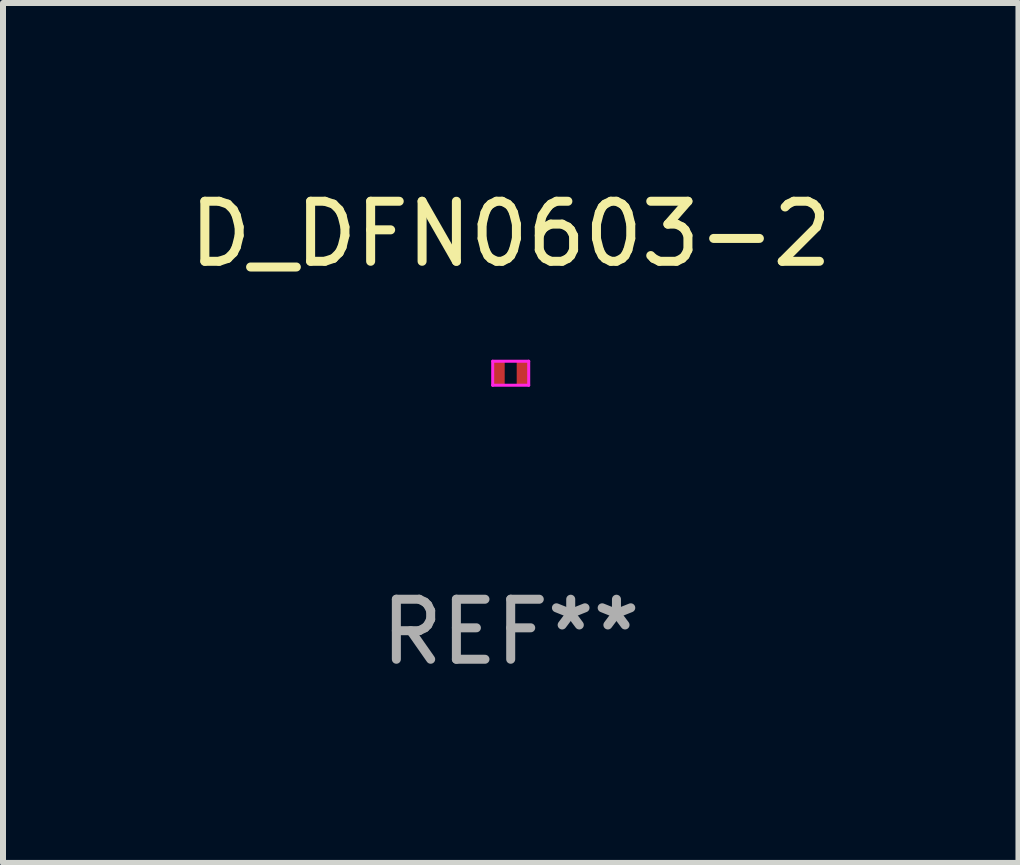
<source format=kicad_pcb>
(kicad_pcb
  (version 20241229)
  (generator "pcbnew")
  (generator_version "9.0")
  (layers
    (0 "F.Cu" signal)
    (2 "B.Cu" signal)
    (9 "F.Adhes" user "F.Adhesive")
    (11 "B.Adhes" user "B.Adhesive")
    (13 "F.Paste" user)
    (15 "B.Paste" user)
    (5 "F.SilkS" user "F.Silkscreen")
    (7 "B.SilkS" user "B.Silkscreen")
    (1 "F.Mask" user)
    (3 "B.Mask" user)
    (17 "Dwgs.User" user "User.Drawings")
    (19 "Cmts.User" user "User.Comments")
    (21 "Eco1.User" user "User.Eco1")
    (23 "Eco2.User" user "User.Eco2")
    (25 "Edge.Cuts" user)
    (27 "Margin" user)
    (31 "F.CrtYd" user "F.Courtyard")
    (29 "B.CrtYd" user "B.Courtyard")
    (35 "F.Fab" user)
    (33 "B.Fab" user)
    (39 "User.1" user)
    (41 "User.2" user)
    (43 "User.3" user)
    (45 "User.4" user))
  (footprint "D_DFN0603-2"
    (layer "F.Cu")
    (at 5.458 3.168)
    (property "Reference" "D_DFN0603-2" (at 0 -2.32 0) (layer "F.SilkS") (effects (font (size 1 1) (thickness 0.15))))
    (attr smd)
    (fp_line (start -0.3 -0.2) (end -0.3 0.2) (stroke (width 0.05) (type default)) (layer "F.CrtYd"))
    (fp_line (start -0.3 0.2) (end 0.3 0.2) (stroke (width 0.05) (type default)) (layer "F.CrtYd"))
    (fp_line (start 0.3 -0.2) (end -0.3 -0.2) (stroke (width 0.05) (type default)) (layer "F.CrtYd"))
    (fp_line (start 0.3 0.2) (end 0.3 -0.2) (stroke (width 0.05) (type default)) (layer "F.CrtYd"))
    (fp_text user "REF**" (at 0 4.31 0) (layer "F.Fab") (effects (font (size 1 1) (thickness 0.15))))
    (pad "1" smd rect (at -0.2 0) (size 0.2 0.4) (layers "F.Cu" "F.Mask" "F.Paste"))
    (pad "2" smd rect (at 0.2 0) (size 0.2 0.4) (layers "F.Cu" "F.Mask" "F.Paste")))
  (gr_rect
    (start -3 -3)
    (end 13.917 11.326)
    (stroke (width 0.1) (type default))
    (fill no)
    (layer "Edge.Cuts")))
</source>
